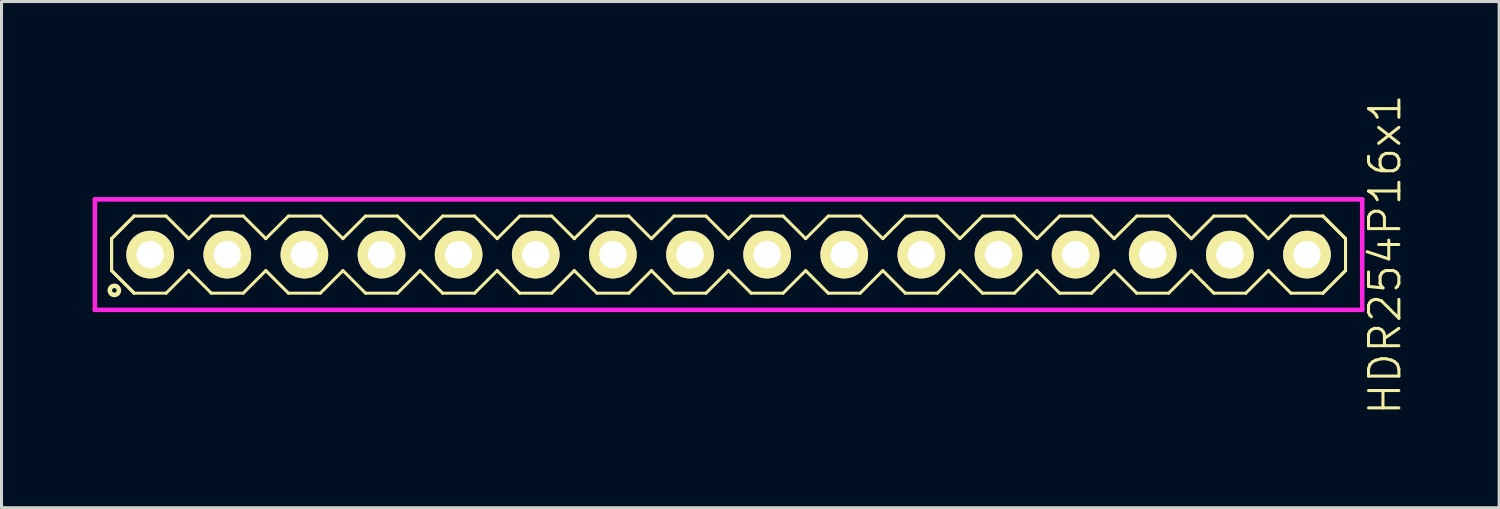
<source format=kicad_pcb>
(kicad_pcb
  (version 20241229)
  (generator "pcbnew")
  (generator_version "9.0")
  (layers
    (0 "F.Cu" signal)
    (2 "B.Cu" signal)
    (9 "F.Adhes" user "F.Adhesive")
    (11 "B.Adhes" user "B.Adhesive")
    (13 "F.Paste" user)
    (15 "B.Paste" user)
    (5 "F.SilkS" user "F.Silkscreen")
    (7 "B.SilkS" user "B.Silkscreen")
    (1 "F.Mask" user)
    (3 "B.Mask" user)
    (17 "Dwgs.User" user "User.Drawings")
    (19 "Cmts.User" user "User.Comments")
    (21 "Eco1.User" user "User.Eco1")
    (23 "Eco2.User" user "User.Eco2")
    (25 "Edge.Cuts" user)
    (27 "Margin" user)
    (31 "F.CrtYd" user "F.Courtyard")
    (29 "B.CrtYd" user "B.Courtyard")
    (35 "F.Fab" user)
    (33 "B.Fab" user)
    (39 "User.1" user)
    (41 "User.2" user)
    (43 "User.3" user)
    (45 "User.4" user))
  (footprint "HDR254P16x1"
    (layer "F.Cu")
    (at 20.945 5.336)
    (property "Reference" "HDR254P16x1" (at 21.62 0 90) (layer "F.SilkS") (effects (font (size 1 1) (thickness 0.1))))
    (attr through_hole)
    (fp_line (start -20.32 -0.526) (end -19.576 -1.27) (stroke (width 0.1) (type solid)) (layer "F.SilkS"))
    (fp_line (start -20.32 -0.526) (end -19.576 -1.27) (stroke (width 0.1) (type solid)) (layer "F.SilkS"))
    (fp_line (start -20.32 0.526) (end -20.32 -0.526) (stroke (width 0.1) (type solid)) (layer "F.SilkS"))
    (fp_line (start -20.32 0.526) (end -20.32 -0.526) (stroke (width 0.1) (type solid)) (layer "F.SilkS"))
    (fp_line (start -19.576 -1.27) (end -18.524 -1.27) (stroke (width 0.1) (type solid)) (layer "F.SilkS"))
    (fp_line (start -19.576 1.27) (end -20.32 0.526) (stroke (width 0.1) (type solid)) (layer "F.SilkS"))
    (fp_line (start -19.576 1.27) (end -20.32 0.526) (stroke (width 0.1) (type solid)) (layer "F.SilkS"))
    (fp_line (start -18.524 -1.27) (end -17.78 -0.526) (stroke (width 0.1) (type solid)) (layer "F.SilkS"))
    (fp_line (start -18.524 1.27) (end -19.576 1.27) (stroke (width 0.1) (type solid)) (layer "F.SilkS"))
    (fp_line (start -17.78 -0.526) (end -17.036 -1.27) (stroke (width 0.1) (type solid)) (layer "F.SilkS"))
    (fp_line (start -17.78 0.526) (end -18.524 1.27) (stroke (width 0.1) (type solid)) (layer "F.SilkS"))
    (fp_line (start -17.036 -1.27) (end -15.984 -1.27) (stroke (width 0.1) (type solid)) (layer "F.SilkS"))
    (fp_line (start -17.036 1.27) (end -17.78 0.526) (stroke (width 0.1) (type solid)) (layer "F.SilkS"))
    (fp_line (start -15.984 -1.27) (end -15.24 -0.526) (stroke (width 0.1) (type solid)) (layer "F.SilkS"))
    (fp_line (start -15.984 1.27) (end -17.036 1.27) (stroke (width 0.1) (type solid)) (layer "F.SilkS"))
    (fp_line (start -15.24 -0.526) (end -14.496 -1.27) (stroke (width 0.1) (type solid)) (layer "F.SilkS"))
    (fp_line (start -15.24 0.526) (end -15.984 1.27) (stroke (width 0.1) (type solid)) (layer "F.SilkS"))
    (fp_line (start -14.496 -1.27) (end -13.444 -1.27) (stroke (width 0.1) (type solid)) (layer "F.SilkS"))
    (fp_line (start -14.496 1.27) (end -15.24 0.526) (stroke (width 0.1) (type solid)) (layer "F.SilkS"))
    (fp_line (start -13.444 -1.27) (end -12.7 -0.526) (stroke (width 0.1) (type solid)) (layer "F.SilkS"))
    (fp_line (start -13.444 1.27) (end -14.496 1.27) (stroke (width 0.1) (type solid)) (layer "F.SilkS"))
    (fp_line (start -12.7 -0.526) (end -11.956 -1.27) (stroke (width 0.1) (type solid)) (layer "F.SilkS"))
    (fp_line (start -12.7 0.526) (end -13.444 1.27) (stroke (width 0.1) (type solid)) (layer "F.SilkS"))
    (fp_line (start -11.956 -1.27) (end -10.904 -1.27) (stroke (width 0.1) (type solid)) (layer "F.SilkS"))
    (fp_line (start -11.956 1.27) (end -12.7 0.526) (stroke (width 0.1) (type solid)) (layer "F.SilkS"))
    (fp_line (start -10.904 -1.27) (end -10.16 -0.526) (stroke (width 0.1) (type solid)) (layer "F.SilkS"))
    (fp_line (start -10.904 1.27) (end -11.956 1.27) (stroke (width 0.1) (type solid)) (layer "F.SilkS"))
    (fp_line (start -10.16 -0.526) (end -9.416 -1.27) (stroke (width 0.1) (type solid)) (layer "F.SilkS"))
    (fp_line (start -10.16 0.526) (end -10.904 1.27) (stroke (width 0.1) (type solid)) (layer "F.SilkS"))
    (fp_line (start -9.416 -1.27) (end -8.364 -1.27) (stroke (width 0.1) (type solid)) (layer "F.SilkS"))
    (fp_line (start -9.416 1.27) (end -10.16 0.526) (stroke (width 0.1) (type solid)) (layer "F.SilkS"))
    (fp_line (start -8.364 -1.27) (end -7.62 -0.526) (stroke (width 0.1) (type solid)) (layer "F.SilkS"))
    (fp_line (start -8.364 1.27) (end -9.416 1.27) (stroke (width 0.1) (type solid)) (layer "F.SilkS"))
    (fp_line (start -7.62 -0.526) (end -6.876 -1.27) (stroke (width 0.1) (type solid)) (layer "F.SilkS"))
    (fp_line (start -7.62 0.526) (end -8.364 1.27) (stroke (width 0.1) (type solid)) (layer "F.SilkS"))
    (fp_line (start -6.876 -1.27) (end -5.824 -1.27) (stroke (width 0.1) (type solid)) (layer "F.SilkS"))
    (fp_line (start -6.876 1.27) (end -7.62 0.526) (stroke (width 0.1) (type solid)) (layer "F.SilkS"))
    (fp_line (start -5.824 -1.27) (end -5.08 -0.526) (stroke (width 0.1) (type solid)) (layer "F.SilkS"))
    (fp_line (start -5.824 1.27) (end -6.876 1.27) (stroke (width 0.1) (type solid)) (layer "F.SilkS"))
    (fp_line (start -5.08 -0.526) (end -4.336 -1.27) (stroke (width 0.1) (type solid)) (layer "F.SilkS"))
    (fp_line (start -5.08 0.526) (end -5.824 1.27) (stroke (width 0.1) (type solid)) (layer "F.SilkS"))
    (fp_line (start -4.336 -1.27) (end -3.284 -1.27) (stroke (width 0.1) (type solid)) (layer "F.SilkS"))
    (fp_line (start -4.336 1.27) (end -5.08 0.526) (stroke (width 0.1) (type solid)) (layer "F.SilkS"))
    (fp_line (start -3.284 -1.27) (end -2.54 -0.526) (stroke (width 0.1) (type solid)) (layer "F.SilkS"))
    (fp_line (start -3.284 1.27) (end -4.336 1.27) (stroke (width 0.1) (type solid)) (layer "F.SilkS"))
    (fp_line (start -2.54 -0.526) (end -1.796 -1.27) (stroke (width 0.1) (type solid)) (layer "F.SilkS"))
    (fp_line (start -2.54 0.526) (end -3.284 1.27) (stroke (width 0.1) (type solid)) (layer "F.SilkS"))
    (fp_line (start -1.796 -1.27) (end -0.744 -1.27) (stroke (width 0.1) (type solid)) (layer "F.SilkS"))
    (fp_line (start -1.796 1.27) (end -2.54 0.526) (stroke (width 0.1) (type solid)) (layer "F.SilkS"))
    (fp_line (start -0.744 -1.27) (end 0 -0.526) (stroke (width 0.1) (type solid)) (layer "F.SilkS"))
    (fp_line (start -0.744 1.27) (end -1.796 1.27) (stroke (width 0.1) (type solid)) (layer "F.SilkS"))
    (fp_line (start 0 -0.526) (end 0.744 -1.27) (stroke (width 0.1) (type solid)) (layer "F.SilkS"))
    (fp_line (start 0 0.526) (end -0.744 1.27) (stroke (width 0.1) (type solid)) (layer "F.SilkS"))
    (fp_line (start 0.744 -1.27) (end 1.796 -1.27) (stroke (width 0.1) (type solid)) (layer "F.SilkS"))
    (fp_line (start 0.744 1.27) (end 0 0.526) (stroke (width 0.1) (type solid)) (layer "F.SilkS"))
    (fp_line (start 1.796 -1.27) (end 2.54 -0.526) (stroke (width 0.1) (type solid)) (layer "F.SilkS"))
    (fp_line (start 1.796 1.27) (end 0.744 1.27) (stroke (width 0.1) (type solid)) (layer "F.SilkS"))
    (fp_line (start 2.54 -0.526) (end 3.284 -1.27) (stroke (width 0.1) (type solid)) (layer "F.SilkS"))
    (fp_line (start 2.54 0.526) (end 1.796 1.27) (stroke (width 0.1) (type solid)) (layer "F.SilkS"))
    (fp_line (start 3.284 -1.27) (end 4.336 -1.27) (stroke (width 0.1) (type solid)) (layer "F.SilkS"))
    (fp_line (start 3.284 1.27) (end 2.54 0.526) (stroke (width 0.1) (type solid)) (layer "F.SilkS"))
    (fp_line (start 4.336 -1.27) (end 5.08 -0.526) (stroke (width 0.1) (type solid)) (layer "F.SilkS"))
    (fp_line (start 4.336 1.27) (end 3.284 1.27) (stroke (width 0.1) (type solid)) (layer "F.SilkS"))
    (fp_line (start 5.08 -0.526) (end 5.824 -1.27) (stroke (width 0.1) (type solid)) (layer "F.SilkS"))
    (fp_line (start 5.08 0.526) (end 4.336 1.27) (stroke (width 0.1) (type solid)) (layer "F.SilkS"))
    (fp_line (start 5.824 -1.27) (end 6.876 -1.27) (stroke (width 0.1) (type solid)) (layer "F.SilkS"))
    (fp_line (start 5.824 1.27) (end 5.08 0.526) (stroke (width 0.1) (type solid)) (layer "F.SilkS"))
    (fp_line (start 6.876 -1.27) (end 7.62 -0.526) (stroke (width 0.1) (type solid)) (layer "F.SilkS"))
    (fp_line (start 6.876 1.27) (end 5.824 1.27) (stroke (width 0.1) (type solid)) (layer "F.SilkS"))
    (fp_line (start 7.62 -0.526) (end 8.364 -1.27) (stroke (width 0.1) (type solid)) (layer "F.SilkS"))
    (fp_line (start 7.62 0.526) (end 6.876 1.27) (stroke (width 0.1) (type solid)) (layer "F.SilkS"))
    (fp_line (start 8.364 -1.27) (end 9.416 -1.27) (stroke (width 0.1) (type solid)) (layer "F.SilkS"))
    (fp_line (start 8.364 1.27) (end 7.62 0.526) (stroke (width 0.1) (type solid)) (layer "F.SilkS"))
    (fp_line (start 9.416 -1.27) (end 10.16 -0.526) (stroke (width 0.1) (type solid)) (layer "F.SilkS"))
    (fp_line (start 9.416 1.27) (end 8.364 1.27) (stroke (width 0.1) (type solid)) (layer "F.SilkS"))
    (fp_line (start 10.16 -0.526) (end 10.904 -1.27) (stroke (width 0.1) (type solid)) (layer "F.SilkS"))
    (fp_line (start 10.16 0.526) (end 9.416 1.27) (stroke (width 0.1) (type solid)) (layer "F.SilkS"))
    (fp_line (start 10.904 -1.27) (end 11.956 -1.27) (stroke (width 0.1) (type solid)) (layer "F.SilkS"))
    (fp_line (start 10.904 1.27) (end 10.16 0.526) (stroke (width 0.1) (type solid)) (layer "F.SilkS"))
    (fp_line (start 11.956 -1.27) (end 12.7 -0.526) (stroke (width 0.1) (type solid)) (layer "F.SilkS"))
    (fp_line (start 11.956 1.27) (end 10.904 1.27) (stroke (width 0.1) (type solid)) (layer "F.SilkS"))
    (fp_line (start 12.7 -0.526) (end 13.444 -1.27) (stroke (width 0.1) (type solid)) (layer "F.SilkS"))
    (fp_line (start 12.7 0.526) (end 11.956 1.27) (stroke (width 0.1) (type solid)) (layer "F.SilkS"))
    (fp_line (start 13.444 -1.27) (end 14.496 -1.27) (stroke (width 0.1) (type solid)) (layer "F.SilkS"))
    (fp_line (start 13.444 1.27) (end 12.7 0.526) (stroke (width 0.1) (type solid)) (layer "F.SilkS"))
    (fp_line (start 14.496 -1.27) (end 15.24 -0.526) (stroke (width 0.1) (type solid)) (layer "F.SilkS"))
    (fp_line (start 14.496 1.27) (end 13.444 1.27) (stroke (width 0.1) (type solid)) (layer "F.SilkS"))
    (fp_line (start 15.24 -0.526) (end 15.984 -1.27) (stroke (width 0.1) (type solid)) (layer "F.SilkS"))
    (fp_line (start 15.24 0.526) (end 14.496 1.27) (stroke (width 0.1) (type solid)) (layer "F.SilkS"))
    (fp_line (start 15.984 -1.27) (end 17.036 -1.27) (stroke (width 0.1) (type solid)) (layer "F.SilkS"))
    (fp_line (start 15.984 1.27) (end 15.24 0.526) (stroke (width 0.1) (type solid)) (layer "F.SilkS"))
    (fp_line (start 17.036 -1.27) (end 17.78 -0.526) (stroke (width 0.1) (type solid)) (layer "F.SilkS"))
    (fp_line (start 17.036 1.27) (end 15.984 1.27) (stroke (width 0.1) (type solid)) (layer "F.SilkS"))
    (fp_line (start 17.78 -0.526) (end 18.524 -1.27) (stroke (width 0.1) (type solid)) (layer "F.SilkS"))
    (fp_line (start 17.78 0.526) (end 17.036 1.27) (stroke (width 0.1) (type solid)) (layer "F.SilkS"))
    (fp_line (start 18.524 -1.27) (end 19.576 -1.27) (stroke (width 0.1) (type solid)) (layer "F.SilkS"))
    (fp_line (start 18.524 1.27) (end 17.78 0.526) (stroke (width 0.1) (type solid)) (layer "F.SilkS"))
    (fp_line (start 19.576 -1.27) (end 20.32 -0.526) (stroke (width 0.1) (type solid)) (layer "F.SilkS"))
    (fp_line (start 19.576 -1.27) (end 20.32 -0.526) (stroke (width 0.1) (type solid)) (layer "F.SilkS"))
    (fp_line (start 19.576 1.27) (end 18.524 1.27) (stroke (width 0.1) (type solid)) (layer "F.SilkS"))
    (fp_line (start 20.32 -0.526) (end 20.32 0.526) (stroke (width 0.1) (type solid)) (layer "F.SilkS"))
    (fp_line (start 20.32 -0.526) (end 20.32 0.526) (stroke (width 0.1) (type solid)) (layer "F.SilkS"))
    (fp_line (start 20.32 0.526) (end 19.576 1.27) (stroke (width 0.1) (type solid)) (layer "F.SilkS"))
    (fp_line (start 20.32 0.526) (end 19.576 1.27) (stroke (width 0.1) (type solid)) (layer "F.SilkS"))
    (fp_circle (center -20.228 1.178) (end -20.078 1.178) (stroke (width 0.15) (type solid)) (fill no) (layer "F.SilkS"))
    (fp_line (start -20.87 -1.82) (end -20.87 1.82) (stroke (width 0.15) (type solid)) (layer "F.CrtYd"))
    (fp_line (start -20.87 1.82) (end 20.87 1.82) (stroke (width 0.15) (type solid)) (layer "F.CrtYd"))
    (fp_line (start 20.87 -1.82) (end -20.87 -1.82) (stroke (width 0.15) (type solid)) (layer "F.CrtYd"))
    (fp_line (start 20.87 1.82) (end 20.87 -1.82) (stroke (width 0.15) (type solid)) (layer "F.CrtYd"))
    (pad "1" thru_hole oval (at -19.05 0) (size 1.57 1.57) (drill 0.9) (layers "*.Cu" "*.Mask" "F.SilkS"))
    (pad "2" thru_hole oval (at -16.51 0) (size 1.57 1.57) (drill 0.9) (layers "*.Cu" "*.Mask" "F.SilkS"))
    (pad "3" thru_hole oval (at -13.97 0) (size 1.57 1.57) (drill 0.9) (layers "*.Cu" "*.Mask" "F.SilkS"))
    (pad "4" thru_hole oval (at -11.43 0) (size 1.57 1.57) (drill 0.9) (layers "*.Cu" "*.Mask" "F.SilkS"))
    (pad "5" thru_hole oval (at -8.89 0) (size 1.57 1.57) (drill 0.9) (layers "*.Cu" "*.Mask" "F.SilkS"))
    (pad "6" thru_hole oval (at -6.35 0) (size 1.57 1.57) (drill 0.9) (layers "*.Cu" "*.Mask" "F.SilkS"))
    (pad "7" thru_hole oval (at -3.81 0) (size 1.57 1.57) (drill 0.9) (layers "*.Cu" "*.Mask" "F.SilkS"))
    (pad "8" thru_hole oval (at -1.27 0) (size 1.57 1.57) (drill 0.9) (layers "*.Cu" "*.Mask" "F.SilkS"))
    (pad "9" thru_hole oval (at 1.27 0) (size 1.57 1.57) (drill 0.9) (layers "*.Cu" "*.Mask" "F.SilkS"))
    (pad "10" thru_hole oval (at 3.81 0) (size 1.57 1.57) (drill 0.9) (layers "*.Cu" "*.Mask" "F.SilkS"))
    (pad "11" thru_hole oval (at 6.35 0) (size 1.57 1.57) (drill 0.9) (layers "*.Cu" "*.Mask" "F.SilkS"))
    (pad "12" thru_hole oval (at 8.89 0) (size 1.57 1.57) (drill 0.9) (layers "*.Cu" "*.Mask" "F.SilkS"))
    (pad "13" thru_hole oval (at 11.43 0) (size 1.57 1.57) (drill 0.9) (layers "*.Cu" "*.Mask" "F.SilkS"))
    (pad "14" thru_hole oval (at 13.97 0) (size 1.57 1.57) (drill 0.9) (layers "*.Cu" "*.Mask" "F.SilkS"))
    (pad "15" thru_hole oval (at 16.51 0) (size 1.57 1.57) (drill 0.9) (layers "*.Cu" "*.Mask" "F.SilkS"))
    (pad "16" thru_hole oval (at 19.05 0) (size 1.57 1.57) (drill 0.9) (layers "*.Cu" "*.Mask" "F.SilkS")))
  (gr_rect
    (start -3 -3)
    (end 46.325 13.671)
    (stroke (width 0.1) (type default))
    (fill no)
    (layer "Edge.Cuts")))
</source>
